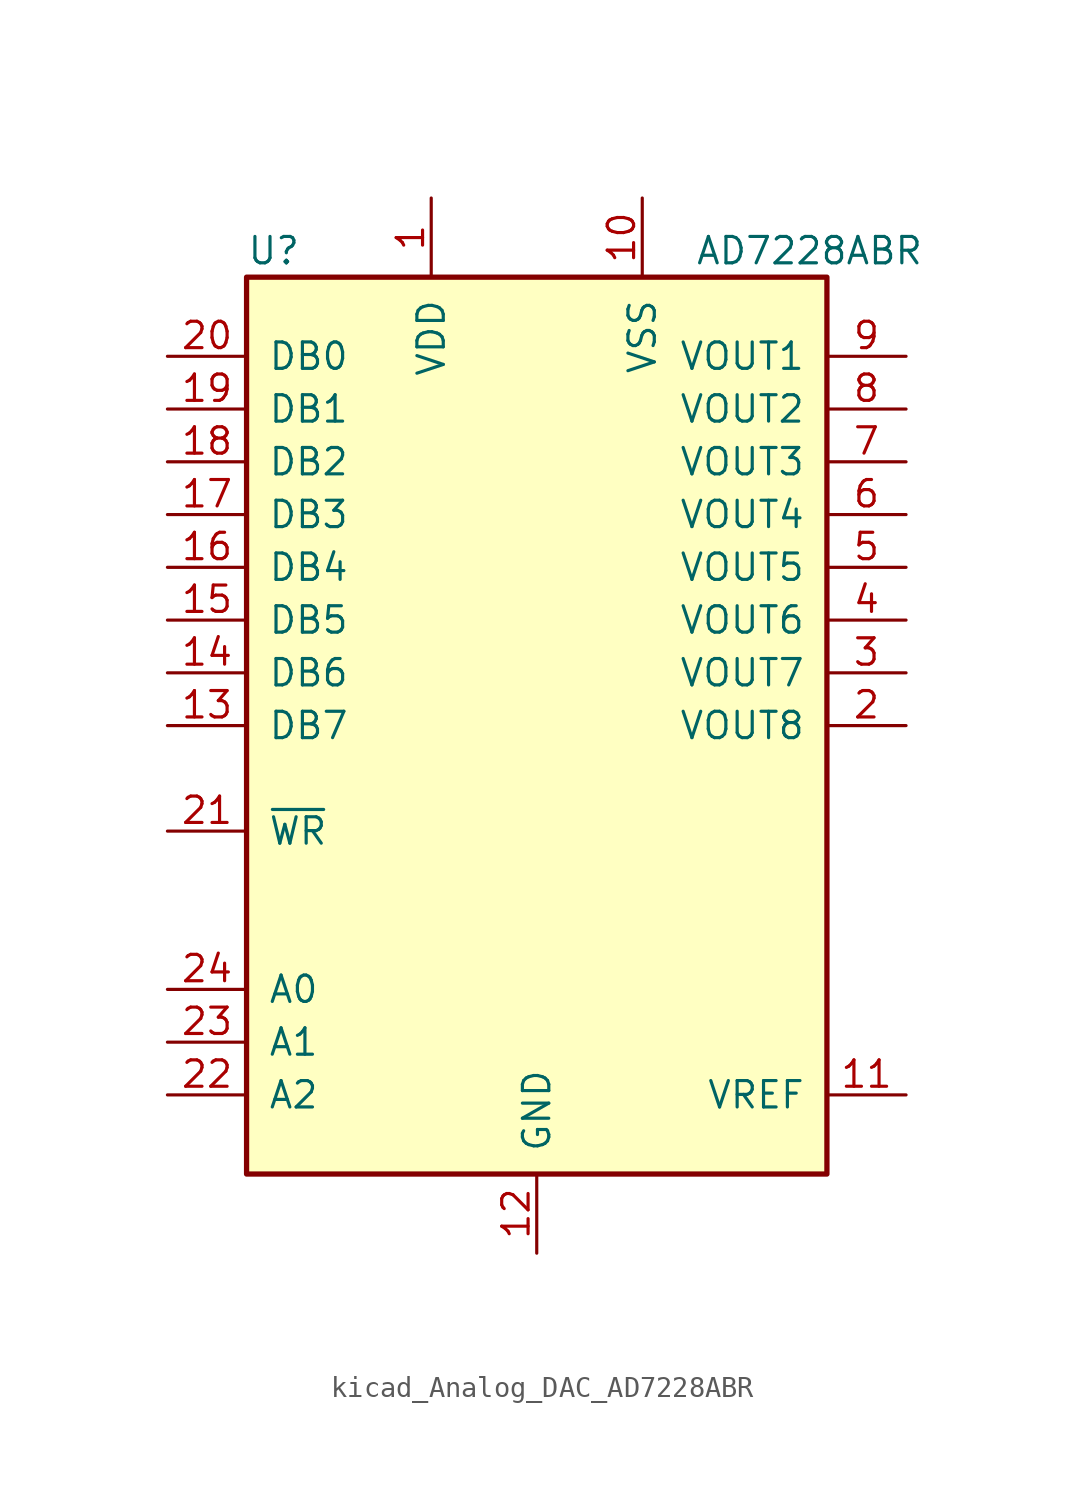
<source format=kicad_sym>
(kicad_symbol_lib
  (version 20220914)
  (generator kicad_symbol_editor)
  (symbol "kicad_Analog_DAC_AD7228ABR"
    (pin_names
      (offset 1.016))
    (property "Reference" "U"
      (at -13.97 22.86 0)
      (effects (font (size 1.27 1.27)) (justify left)))
    (property "Value" "AD7228ABR"
      (at 7.62 22.86 0)
      (effects (font (size 1.27 1.27)) (justify left)))
    (symbol "kicad_Analog_DAC_AD7228ABR_0_1"
      (rectangle (start -13.97 -21.59) (end 13.97 21.59) (stroke (width 0.254) (type default)) (fill (type background))))
    (symbol "kicad_Analog_DAC_AD7228ABR_1_1"
      (pin power_in line (at -5.08 25.4 270) (length 3.81) (name "VDD" (effects (font (size 1.27 1.27)))) (number "1" (effects (font (size 1.27 1.27)))))
      (pin power_in line (at 5.08 25.4 270) (length 3.81) (name "VSS" (effects (font (size 1.27 1.27)))) (number "10" (effects (font (size 1.27 1.27)))))
      (pin passive line (at 17.78 -17.78 180) (length 3.81) (name "VREF" (effects (font (size 1.27 1.27)))) (number "11" (effects (font (size 1.27 1.27)))))
      (pin power_in line (at 0 -25.4 90) (length 3.81) (name "GND" (effects (font (size 1.27 1.27)))) (number "12" (effects (font (size 1.27 1.27)))))
      (pin input line (at -17.78 0 0) (length 3.81) (name "DB7" (effects (font (size 1.27 1.27)))) (number "13" (effects (font (size 1.27 1.27)))))
      (pin input line (at -17.78 2.54 0) (length 3.81) (name "DB6" (effects (font (size 1.27 1.27)))) (number "14" (effects (font (size 1.27 1.27)))))
      (pin input line (at -17.78 5.08 0) (length 3.81) (name "DB5" (effects (font (size 1.27 1.27)))) (number "15" (effects (font (size 1.27 1.27)))))
      (pin input line (at -17.78 7.62 0) (length 3.81) (name "DB4" (effects (font (size 1.27 1.27)))) (number "16" (effects (font (size 1.27 1.27)))))
      (pin input line (at -17.78 10.16 0) (length 3.81) (name "DB3" (effects (font (size 1.27 1.27)))) (number "17" (effects (font (size 1.27 1.27)))))
      (pin input line (at -17.78 12.7 0) (length 3.81) (name "DB2" (effects (font (size 1.27 1.27)))) (number "18" (effects (font (size 1.27 1.27)))))
      (pin input line (at -17.78 15.24 0) (length 3.81) (name "DB1" (effects (font (size 1.27 1.27)))) (number "19" (effects (font (size 1.27 1.27)))))
      (pin output line (at 17.78 0 180) (length 3.81) (name "VOUT8" (effects (font (size 1.27 1.27)))) (number "2" (effects (font (size 1.27 1.27)))))
      (pin input line (at -17.78 17.78 0) (length 3.81) (name "DB0" (effects (font (size 1.27 1.27)))) (number "20" (effects (font (size 1.27 1.27)))))
      (pin input line (at -17.78 -5.08 0) (length 3.81) (name "~{WR}" (effects (font (size 1.27 1.27)))) (number "21" (effects (font (size 1.27 1.27)))))
      (pin input line (at -17.78 -17.78 0) (length 3.81) (name "A2" (effects (font (size 1.27 1.27)))) (number "22" (effects (font (size 1.27 1.27)))))
      (pin input line (at -17.78 -15.24 0) (length 3.81) (name "A1" (effects (font (size 1.27 1.27)))) (number "23" (effects (font (size 1.27 1.27)))))
      (pin input line (at -17.78 -12.7 0) (length 3.81) (name "A0" (effects (font (size 1.27 1.27)))) (number "24" (effects (font (size 1.27 1.27)))))
      (pin output line (at 17.78 2.54 180) (length 3.81) (name "VOUT7" (effects (font (size 1.27 1.27)))) (number "3" (effects (font (size 1.27 1.27)))))
      (pin output line (at 17.78 5.08 180) (length 3.81) (name "VOUT6" (effects (font (size 1.27 1.27)))) (number "4" (effects (font (size 1.27 1.27)))))
      (pin output line (at 17.78 7.62 180) (length 3.81) (name "VOUT5" (effects (font (size 1.27 1.27)))) (number "5" (effects (font (size 1.27 1.27)))))
      (pin output line (at 17.78 10.16 180) (length 3.81) (name "VOUT4" (effects (font (size 1.27 1.27)))) (number "6" (effects (font (size 1.27 1.27)))))
      (pin output line (at 17.78 12.7 180) (length 3.81) (name "VOUT3" (effects (font (size 1.27 1.27)))) (number "7" (effects (font (size 1.27 1.27)))))
      (pin output line (at 17.78 15.24 180) (length 3.81) (name "VOUT2" (effects (font (size 1.27 1.27)))) (number "8" (effects (font (size 1.27 1.27)))))
      (pin output line (at 17.78 17.78 180) (length 3.81) (name "VOUT1" (effects (font (size 1.27 1.27)))) (number "9" (effects (font (size 1.27 1.27))))))))
</source>
